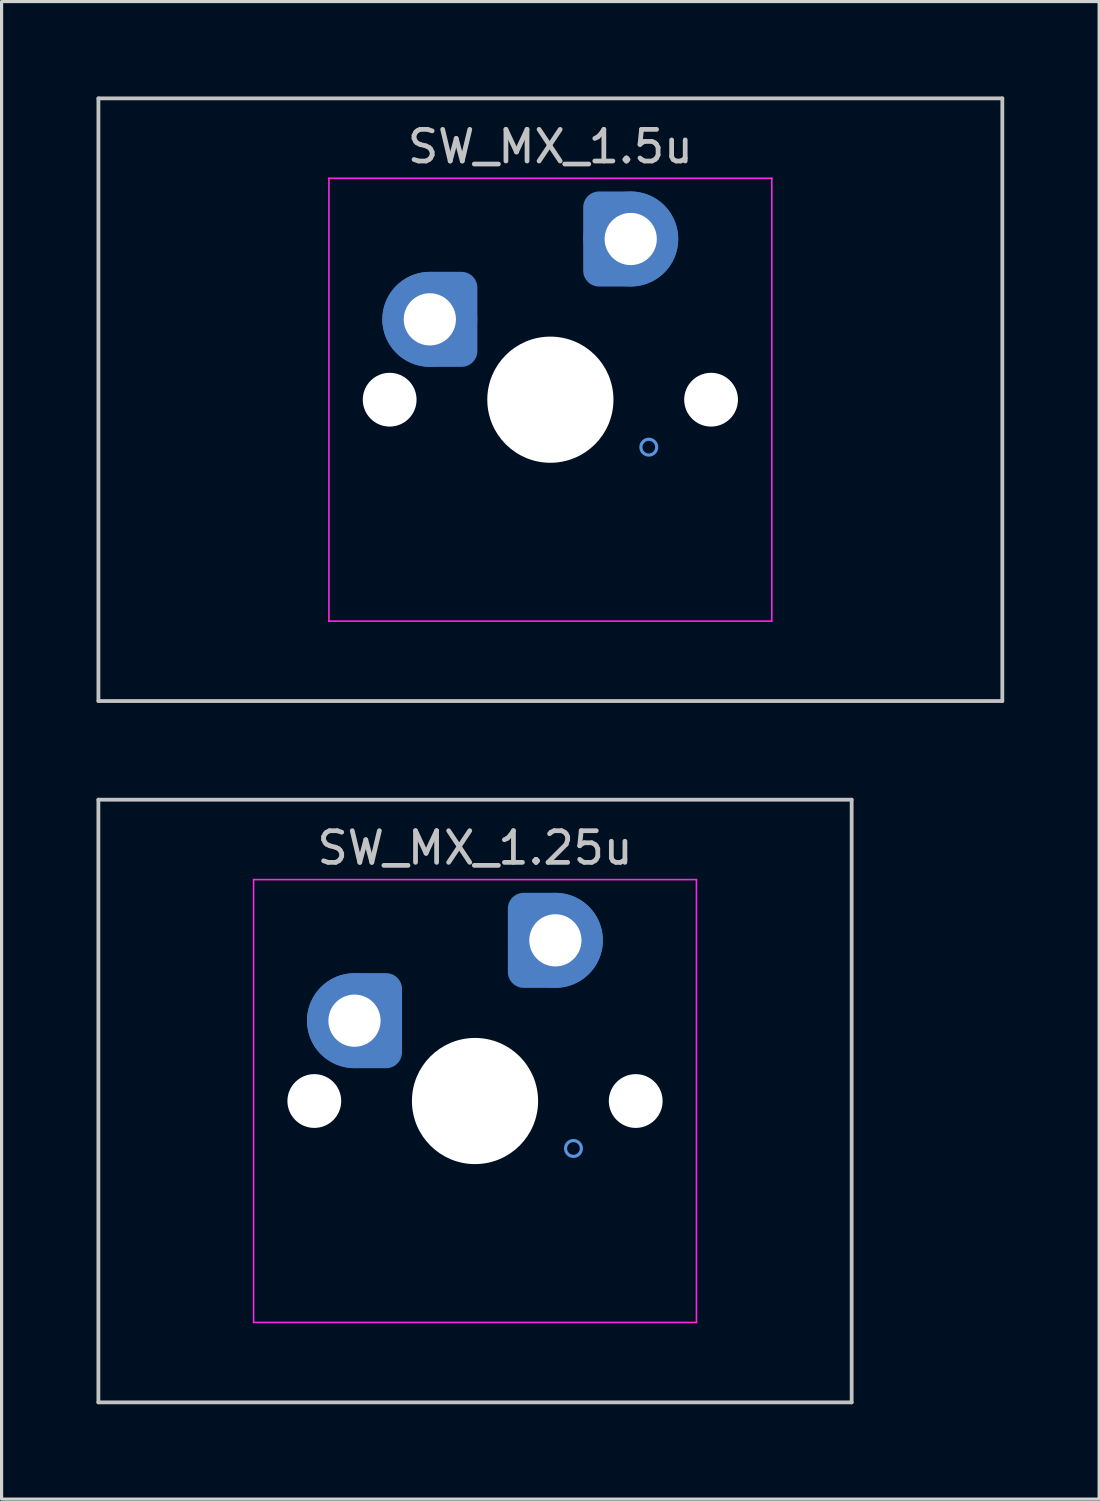
<source format=kicad_pcb>
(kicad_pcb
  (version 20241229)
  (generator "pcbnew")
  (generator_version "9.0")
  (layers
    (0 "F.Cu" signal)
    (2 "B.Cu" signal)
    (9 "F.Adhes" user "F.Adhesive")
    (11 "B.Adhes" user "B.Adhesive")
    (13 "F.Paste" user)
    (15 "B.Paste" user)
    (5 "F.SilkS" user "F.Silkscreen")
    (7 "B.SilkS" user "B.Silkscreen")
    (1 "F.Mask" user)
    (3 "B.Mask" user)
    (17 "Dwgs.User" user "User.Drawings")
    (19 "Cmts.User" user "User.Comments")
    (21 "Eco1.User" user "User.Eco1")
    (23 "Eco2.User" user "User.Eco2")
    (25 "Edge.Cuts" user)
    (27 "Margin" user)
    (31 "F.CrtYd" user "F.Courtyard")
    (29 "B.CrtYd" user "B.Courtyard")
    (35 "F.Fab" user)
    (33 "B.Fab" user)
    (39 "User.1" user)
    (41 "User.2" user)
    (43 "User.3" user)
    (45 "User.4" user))
  (footprint "SW_MX_1.25u"
    (layer "F.Cu")
    (at 11.966 31.755)
    (property "Reference" "SW_MX_1.25u" (at 0 -8 0) (layer "Dwgs.User") (effects (font (size 1 1) (thickness 0.15))))
    (attr through_hole)
    (fp_line (start -11.906 -9.525) (end -11.906 9.525) (stroke (width 0.12) (type solid)) (layer "Dwgs.User"))
    (fp_line (start -11.906 9.525) (end 11.906 9.525) (stroke (width 0.12) (type solid)) (layer "Dwgs.User"))
    (fp_line (start 11.906 -9.525) (end -11.906 -9.525) (stroke (width 0.12) (type solid)) (layer "Dwgs.User"))
    (fp_line (start 11.906 9.525) (end 11.906 -9.525) (stroke (width 0.12) (type solid)) (layer "Dwgs.User"))
    (fp_circle (center -3.81 -2.54) (end -3.81 -2.79) (stroke (width 0.1) (type default)) (fill no) (layer "Cmts.User"))
    (fp_circle (center 2.54 -5.08) (end 2.54 -5.33) (stroke (width 0.1) (type default)) (fill no) (layer "Cmts.User"))
    (fp_circle (center 3.112 1.5) (end 3.362 1.5) (stroke (width 0.1) (type default)) (fill no) (layer "Cmts.User"))
    (fp_line (start -7 6.5) (end -7 -6.5) (stroke (width 0.05) (type solid)) (layer "Eco2.User"))
    (fp_line (start -6.5 -7) (end 6.5 -7) (stroke (width 0.05) (type solid)) (layer "Eco2.User"))
    (fp_line (start 6.5 7) (end -6.5 7) (stroke (width 0.05) (type solid)) (layer "Eco2.User"))
    (fp_line (start 7 -6.5) (end 7 6.5) (stroke (width 0.05) (type solid)) (layer "Eco2.User"))
    (fp_arc (start -7 -6.5) (mid -6.853553 -6.853553) (end -6.5 -7) (stroke (width 0.05) (type solid)) (layer "Eco2.User"))
    (fp_arc (start -6.5 7) (mid -6.853553 6.853553) (end -7 6.5) (stroke (width 0.05) (type solid)) (layer "Eco2.User"))
    (fp_arc (start 6.5 -7) (mid 6.853553 -6.853553) (end 7 -6.5) (stroke (width 0.05) (type solid)) (layer "Eco2.User"))
    (fp_arc (start 6.997236 6.498884) (mid 6.850805 6.852453) (end 6.497236 6.998884) (stroke (width 0.05) (type solid)) (layer "Eco2.User"))
    (fp_line (start -7 -7) (end -7 7) (stroke (width 0.05) (type solid)) (layer "F.CrtYd"))
    (fp_line (start -7 7) (end 7 7) (stroke (width 0.05) (type solid)) (layer "F.CrtYd"))
    (fp_line (start 7 -7) (end -7 -7) (stroke (width 0.05) (type solid)) (layer "F.CrtYd"))
    (fp_line (start 7 7) (end 7 -7) (stroke (width 0.05) (type solid)) (layer "F.CrtYd"))
    (pad "" np_thru_hole circle (at -5.08 0) (size 1.7 1.7) (drill 1.7) (layers "*.Cu" "*.Mask"))
    (pad "" np_thru_hole circle (at 0 0) (size 3.988 3.988) (drill 3.988) (layers "*.Cu" "*.Mask"))
    (pad "" np_thru_hole circle (at 5.08 0) (size 1.7 1.7) (drill 1.7) (layers "*.Cu" "*.Mask"))
    (pad "1" thru_hole circle (at -3.81 -2.54) (size 2 2) (drill 1.65) (layers "*.Cu") (remove_unused_layers yes) (keep_end_layers yes) (zone_layer_connections))
    (pad "1" smd custom (at -3.81 -2.54) (size 2.7 2.7) (layers "B.Cu" "B.Mask") (options (anchor circle)) (primitives (gr_poly (pts (arc (start 0 1.35) (mid -1.35 0) (end 0 -1.35)) (arc (start 0.9 -1.35) (mid 1.218198 -1.218198) (end 1.35 -0.9)) (arc (start 1.35 0.9) (mid 1.218198 1.218198) (end 0.9 1.35))) (width 0.004) (fill yes))))
    (pad "1" smd circle (at -3.81 -2.54) (size 3 3) (layers "B.Cu"))
    (pad "1" smd custom (at -3.81 -2.54) (size 3 3) (layers "B.Cu") (options (anchor circle)) (primitives (gr_poly (pts (arc (start 0 1.5) (mid -1.5 0) (end 0 -1.5)) (arc (start 1 -1.5) (mid 1.353554 -1.353554) (end 1.5 -1)) (arc (start 1.5 1) (mid 1.353554 1.353554) (end 1 1.5))) (width 0.004) (fill yes))))
    (pad "2" thru_hole circle (at 2.54 -5.08 180) (size 2 2) (drill 1.65) (layers "*.Cu") (remove_unused_layers yes) (keep_end_layers yes) (zone_layer_connections))
    (pad "2" smd custom (at 2.54 -5.08 180) (size 2.7 2.7) (layers "B.Cu" "B.Mask") (options (anchor circle)) (primitives (gr_poly (pts (arc (start 0 1.35) (mid -1.35 0) (end 0 -1.35)) (arc (start 0.9 -1.35) (mid 1.218198 -1.218198) (end 1.35 -0.9)) (arc (start 1.35 0.9) (mid 1.218198 1.218198) (end 0.9 1.35))) (width 0.004) (fill yes))))
    (pad "2" smd circle (at 2.54 -5.08) (size 3 3) (layers "B.Cu"))
    (pad "2" smd custom (at 2.54 -5.08 180) (size 3 3) (layers "B.Cu") (options (anchor circle)) (primitives (gr_poly (pts (arc (start 0 1.5) (mid -1.5 0) (end 0 -1.5)) (arc (start 1 -1.5) (mid 1.353554 -1.353554) (end 1.5 -1)) (arc (start 1.5 1) (mid 1.353554 1.353554) (end 1 1.5))) (width 0.004) (fill yes)))))
  (footprint "SW_MX_1.5u"
    (layer "F.Cu")
    (at 14.348 9.585)
    (property "Reference" "SW_MX_1.5u" (at 0 -8 0) (layer "Dwgs.User") (effects (font (size 1 1) (thickness 0.15))))
    (attr through_hole)
    (fp_line (start -14.287 -9.525) (end -14.287 9.525) (stroke (width 0.12) (type solid)) (layer "Dwgs.User"))
    (fp_line (start -14.287 9.525) (end 14.287 9.525) (stroke (width 0.12) (type solid)) (layer "Dwgs.User"))
    (fp_line (start 14.287 -9.525) (end -14.287 -9.525) (stroke (width 0.12) (type solid)) (layer "Dwgs.User"))
    (fp_line (start 14.287 9.525) (end 14.287 -9.525) (stroke (width 0.12) (type solid)) (layer "Dwgs.User"))
    (fp_circle (center -3.81 -2.54) (end -3.81 -2.79) (stroke (width 0.1) (type default)) (fill no) (layer "Cmts.User"))
    (fp_circle (center 2.54 -5.08) (end 2.54 -5.33) (stroke (width 0.1) (type default)) (fill no) (layer "Cmts.User"))
    (fp_circle (center 3.112 1.5) (end 3.362 1.5) (stroke (width 0.1) (type default)) (fill no) (layer "Cmts.User"))
    (fp_line (start -7 6.5) (end -7 -6.5) (stroke (width 0.05) (type solid)) (layer "Eco2.User"))
    (fp_line (start -6.5 -7) (end 6.5 -7) (stroke (width 0.05) (type solid)) (layer "Eco2.User"))
    (fp_line (start 6.5 7) (end -6.5 7) (stroke (width 0.05) (type solid)) (layer "Eco2.User"))
    (fp_line (start 7 -6.5) (end 7 6.5) (stroke (width 0.05) (type solid)) (layer "Eco2.User"))
    (fp_arc (start -7 -6.5) (mid -6.853553 -6.853553) (end -6.5 -7) (stroke (width 0.05) (type solid)) (layer "Eco2.User"))
    (fp_arc (start -6.5 7) (mid -6.853553 6.853553) (end -7 6.5) (stroke (width 0.05) (type solid)) (layer "Eco2.User"))
    (fp_arc (start 6.5 -7) (mid 6.853553 -6.853553) (end 7 -6.5) (stroke (width 0.05) (type solid)) (layer "Eco2.User"))
    (fp_arc (start 6.997236 6.498884) (mid 6.850789 6.852437) (end 6.497236 6.998884) (stroke (width 0.05) (type solid)) (layer "Eco2.User"))
    (fp_line (start -7 -7) (end -7 7) (stroke (width 0.05) (type solid)) (layer "F.CrtYd"))
    (fp_line (start -7 7) (end 7 7) (stroke (width 0.05) (type solid)) (layer "F.CrtYd"))
    (fp_line (start 7 -7) (end -7 -7) (stroke (width 0.05) (type solid)) (layer "F.CrtYd"))
    (fp_line (start 7 7) (end 7 -7) (stroke (width 0.05) (type solid)) (layer "F.CrtYd"))
    (pad "" np_thru_hole circle (at -5.08 0) (size 1.7 1.7) (drill 1.7) (layers "*.Cu" "*.Mask"))
    (pad "" np_thru_hole circle (at 0 0) (size 3.988 3.988) (drill 3.988) (layers "*.Cu" "*.Mask"))
    (pad "" np_thru_hole circle (at 5.08 0) (size 1.7 1.7) (drill 1.7) (layers "*.Cu" "*.Mask"))
    (pad "1" thru_hole circle (at -3.81 -2.54) (size 2 2) (drill 1.65) (layers "*.Cu") (remove_unused_layers yes) (keep_end_layers yes) (zone_layer_connections))
    (pad "1" smd custom (at -3.81 -2.54) (size 2.7 2.7) (layers "B.Cu" "B.Mask") (options (anchor circle)) (primitives (gr_poly (pts (arc (start 0 1.35) (mid -1.35 0) (end 0 -1.35)) (arc (start 0.9 -1.35) (mid 1.218198 -1.218198) (end 1.35 -0.9)) (arc (start 1.35 0.9) (mid 1.218198 1.218198) (end 0.9 1.35))) (width 0.004) (fill yes))))
    (pad "1" smd circle (at -3.81 -2.54) (size 3 3) (layers "B.Cu"))
    (pad "1" smd custom (at -3.81 -2.54) (size 3 3) (layers "B.Cu") (options (anchor circle)) (primitives (gr_poly (pts (arc (start 0 1.5) (mid -1.5 0) (end 0 -1.5)) (arc (start 1 -1.5) (mid 1.353554 -1.353554) (end 1.5 -1)) (arc (start 1.5 1) (mid 1.353554 1.353554) (end 1 1.5))) (width 0.004) (fill yes))))
    (pad "2" thru_hole circle (at 2.54 -5.08 180) (size 2 2) (drill 1.65) (layers "*.Cu") (remove_unused_layers yes) (keep_end_layers yes) (zone_layer_connections))
    (pad "2" smd custom (at 2.54 -5.08 180) (size 2.7 2.7) (layers "B.Cu" "B.Mask") (options (anchor circle)) (primitives (gr_poly (pts (arc (start 0 1.35) (mid -1.35 0) (end 0 -1.35)) (arc (start 0.9 -1.35) (mid 1.218198 -1.218198) (end 1.35 -0.9)) (arc (start 1.35 0.9) (mid 1.218198 1.218198) (end 0.9 1.35))) (width 0.004) (fill yes))))
    (pad "2" smd circle (at 2.54 -5.08) (size 3 3) (layers "B.Cu"))
    (pad "2" smd custom (at 2.54 -5.08 180) (size 3 3) (layers "B.Cu") (options (anchor circle)) (primitives (gr_poly (pts (arc (start 0 1.5) (mid -1.5 0) (end 0 -1.5)) (arc (start 1 -1.5) (mid 1.353554 -1.353554) (end 1.5 -1)) (arc (start 1.5 1) (mid 1.353554 1.353554) (end 1 1.5))) (width 0.004) (fill yes)))))
  (gr_rect
    (start -3 -3)
    (end 31.695 44.34)
    (stroke (width 0.1) (type default))
    (fill no)
    (layer "Edge.Cuts")))
</source>
